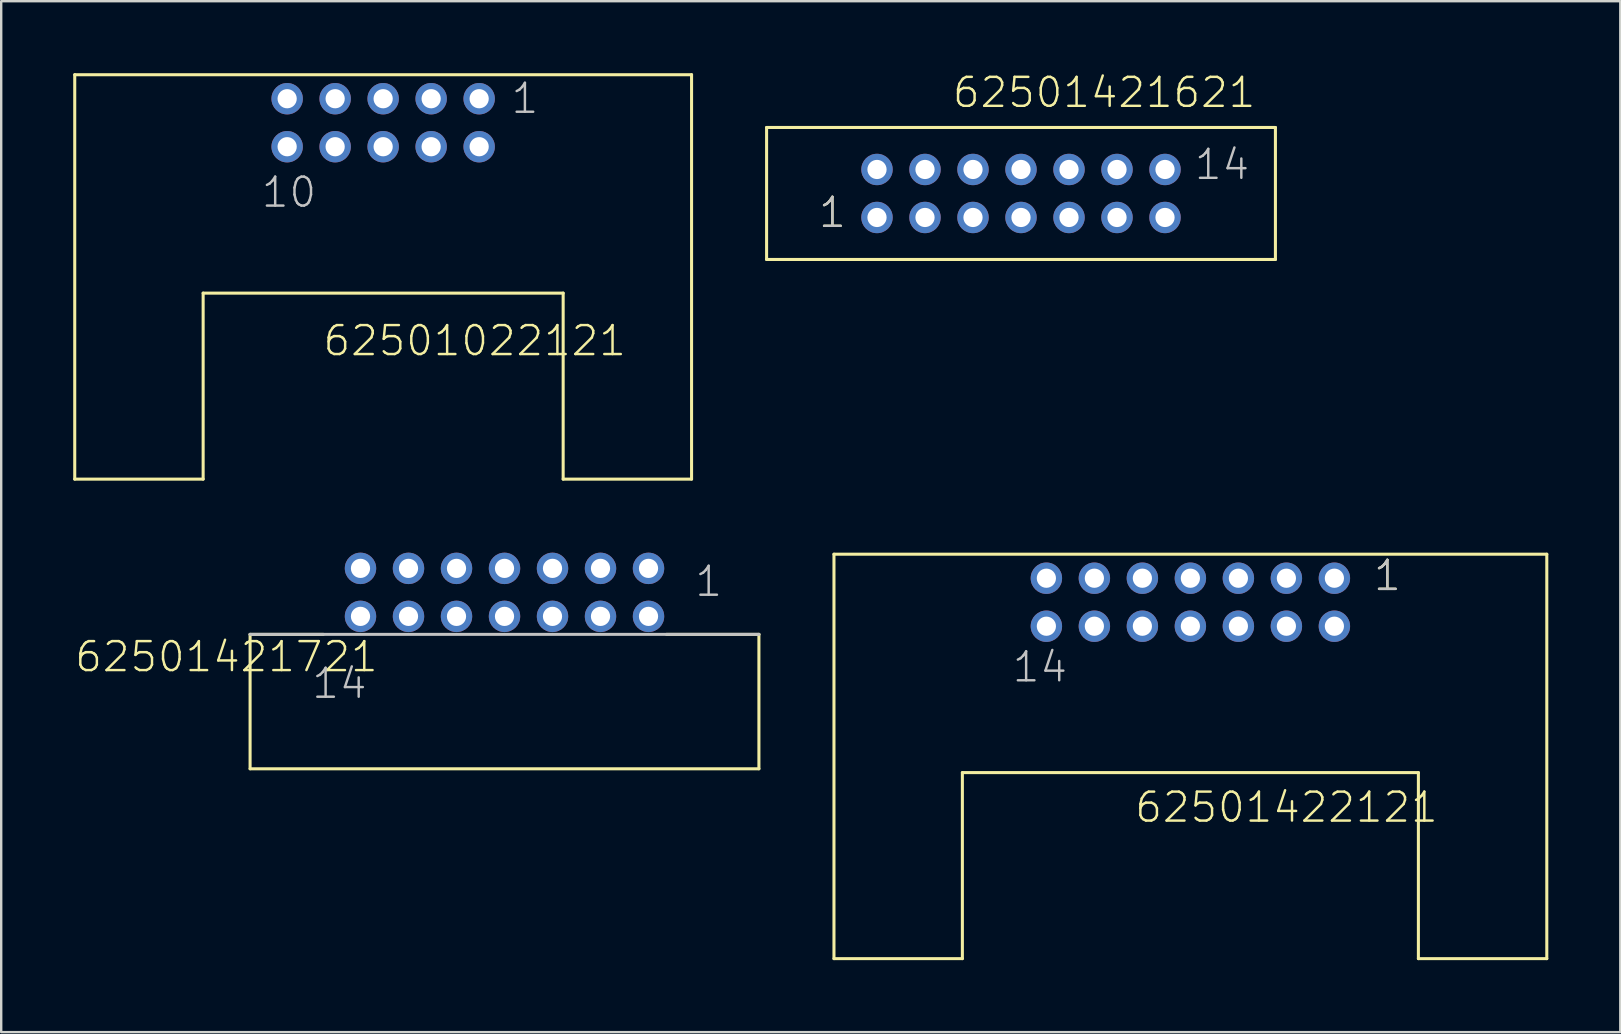
<source format=kicad_pcb>
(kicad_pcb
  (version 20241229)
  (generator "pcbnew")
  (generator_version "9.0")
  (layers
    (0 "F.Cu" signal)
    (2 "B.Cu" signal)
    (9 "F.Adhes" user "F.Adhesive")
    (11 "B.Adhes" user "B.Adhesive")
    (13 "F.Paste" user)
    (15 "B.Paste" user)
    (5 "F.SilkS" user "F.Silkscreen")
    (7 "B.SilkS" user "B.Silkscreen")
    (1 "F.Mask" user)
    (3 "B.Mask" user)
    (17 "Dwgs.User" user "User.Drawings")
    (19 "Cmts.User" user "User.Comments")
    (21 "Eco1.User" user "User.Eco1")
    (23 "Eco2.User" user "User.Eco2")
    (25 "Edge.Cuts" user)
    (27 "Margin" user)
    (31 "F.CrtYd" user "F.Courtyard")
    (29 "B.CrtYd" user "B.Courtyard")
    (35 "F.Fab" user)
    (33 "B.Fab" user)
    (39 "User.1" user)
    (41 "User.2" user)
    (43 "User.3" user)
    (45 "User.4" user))
  (footprint "62501422121"
    (layer "F.Cu")
    (at 46.547 22.041)
    (property "Reference" "62501422121" (at -2.38 9.25 0) (layer "F.SilkS") (effects (font (size 1.206 1.206) (thickness 0.102)) (justify left bottom)))
    (attr through_hole)
    (fp_line (start -14.85 -2) (end -14.85 14.85) (stroke (width 0.127) (type solid)) (layer "F.SilkS"))
    (fp_line (start -14.85 14.85) (end -9.5 14.85) (stroke (width 0.127) (type solid)) (layer "F.SilkS"))
    (fp_line (start -9.5 7.1) (end 9.5 7.1) (stroke (width 0.127) (type solid)) (layer "F.SilkS"))
    (fp_line (start -9.5 14.85) (end -9.5 7.1) (stroke (width 0.127) (type solid)) (layer "F.SilkS"))
    (fp_line (start 9.5 7.1) (end 9.5 14.85) (stroke (width 0.127) (type solid)) (layer "F.SilkS"))
    (fp_line (start 9.5 14.85) (end 14.85 14.85) (stroke (width 0.127) (type solid)) (layer "F.SilkS"))
    (fp_line (start 14.85 -2) (end -14.85 -2) (stroke (width 0.127) (type solid)) (layer "F.SilkS"))
    (fp_line (start 14.85 14.85) (end 14.85 -2) (stroke (width 0.127) (type solid)) (layer "F.SilkS"))
    (fp_text user "1" (at 7.565 -0.405 0) (layer "F.SilkS") (effects (font (size 1.206 1.206) (thickness 0.102)) (justify left bottom)))
    (fp_text user "14" (at -7.485 3.405 0) (layer "Dwgs.User") (effects (font (size 1.206 1.206) (thickness 0.102)) (justify left bottom)))
    (fp_text user "1" (at 7.565 -0.405 0) (layer "Dwgs.User") (effects (font (size 1.206 1.206) (thickness 0.102)) (justify left bottom)))
    (pad "1" thru_hole circle (at 6 -1) (size 1.308 1.308) (drill 0.8) (layers "*.Cu" "*.Mask"))
    (pad "2" thru_hole circle (at 6 1) (size 1.308 1.308) (drill 0.8) (layers "*.Cu" "*.Mask"))
    (pad "3" thru_hole circle (at 4 -1) (size 1.308 1.308) (drill 0.8) (layers "*.Cu" "*.Mask"))
    (pad "4" thru_hole circle (at 4 1) (size 1.308 1.308) (drill 0.8) (layers "*.Cu" "*.Mask"))
    (pad "5" thru_hole circle (at 2 -1) (size 1.308 1.308) (drill 0.8) (layers "*.Cu" "*.Mask"))
    (pad "6" thru_hole circle (at 2 1) (size 1.308 1.308) (drill 0.8) (layers "*.Cu" "*.Mask"))
    (pad "7" thru_hole circle (at 0 -1) (size 1.308 1.308) (drill 0.8) (layers "*.Cu" "*.Mask"))
    (pad "8" thru_hole circle (at 0 1) (size 1.308 1.308) (drill 0.8) (layers "*.Cu" "*.Mask"))
    (pad "9" thru_hole circle (at -2 -1) (size 1.308 1.308) (drill 0.8) (layers "*.Cu" "*.Mask"))
    (pad "10" thru_hole circle (at -2 1) (size 1.308 1.308) (drill 0.8) (layers "*.Cu" "*.Mask"))
    (pad "11" thru_hole circle (at -4 -1) (size 1.308 1.308) (drill 0.8) (layers "*.Cu" "*.Mask"))
    (pad "12" thru_hole circle (at -4 1) (size 1.308 1.308) (drill 0.8) (layers "*.Cu" "*.Mask"))
    (pad "13" thru_hole circle (at -6 -1) (size 1.308 1.308) (drill 0.8) (layers "*.Cu" "*.Mask"))
    (pad "14" thru_hole circle (at -6 1) (size 1.308 1.308) (drill 0.8) (layers "*.Cu" "*.Mask")))
  (footprint "62501421721"
    (layer "F.Cu")
    (at 17.97 22.631)
    (property "Reference" "62501421721" (at -17.97 2.39 0) (layer "F.SilkS") (effects (font (size 1.206 1.206) (thickness 0.102)) (justify left bottom)))
    (attr through_hole)
    (fp_line (start -10.6 0.75) (end -10.6 6.35) (stroke (width 0.127) (type solid)) (layer "F.SilkS"))
    (fp_line (start -10.6 6.35) (end 10.6 6.35) (stroke (width 0.127) (type solid)) (layer "F.SilkS"))
    (fp_line (start -7.55 0.75) (end -10.6 0.75) (stroke (width 0.127) (type solid)) (layer "F.SilkS"))
    (fp_line (start 6.75 0.75) (end 10.6 0.75) (stroke (width 0.127) (type solid)) (layer "F.SilkS"))
    (fp_line (start 10.6 6.35) (end 10.6 0.75) (stroke (width 0.127) (type solid)) (layer "F.SilkS"))
    (fp_line (start 10.6 0.75) (end -10.6 0.75) (stroke (width 0.127) (type solid)) (layer "Dwgs.User"))
    (fp_text user "14" (at -8.095 3.5 0) (layer "Dwgs.User") (effects (font (size 1.206 1.206) (thickness 0.102)) (justify left bottom)))
    (fp_text user "1" (at 7.865 -0.75 0) (layer "Dwgs.User") (effects (font (size 1.206 1.206) (thickness 0.102)) (justify left bottom)))
    (pad "1" thru_hole circle (at 6 -2 180) (size 1.308 1.308) (drill 0.8) (layers "*.Cu" "*.Mask"))
    (pad "2" thru_hole circle (at 6 0 180) (size 1.308 1.308) (drill 0.8) (layers "*.Cu" "*.Mask"))
    (pad "3" thru_hole circle (at 4 -2 180) (size 1.308 1.308) (drill 0.8) (layers "*.Cu" "*.Mask"))
    (pad "4" thru_hole circle (at 4 0 180) (size 1.308 1.308) (drill 0.8) (layers "*.Cu" "*.Mask"))
    (pad "5" thru_hole circle (at 2 -2 180) (size 1.308 1.308) (drill 0.8) (layers "*.Cu" "*.Mask"))
    (pad "6" thru_hole circle (at 2 0 180) (size 1.308 1.308) (drill 0.8) (layers "*.Cu" "*.Mask"))
    (pad "7" thru_hole circle (at 0 -2 180) (size 1.308 1.308) (drill 0.8) (layers "*.Cu" "*.Mask"))
    (pad "8" thru_hole circle (at 0 0 180) (size 1.308 1.308) (drill 0.8) (layers "*.Cu" "*.Mask"))
    (pad "9" thru_hole circle (at -2 -2 180) (size 1.308 1.308) (drill 0.8) (layers "*.Cu" "*.Mask"))
    (pad "10" thru_hole circle (at -2 0 180) (size 1.308 1.308) (drill 0.8) (layers "*.Cu" "*.Mask"))
    (pad "11" thru_hole circle (at -4 -2 180) (size 1.308 1.308) (drill 0.8) (layers "*.Cu" "*.Mask"))
    (pad "12" thru_hole circle (at -4 0 180) (size 1.308 1.308) (drill 0.8) (layers "*.Cu" "*.Mask"))
    (pad "13" thru_hole circle (at -6 -2 180) (size 1.308 1.308) (drill 0.8) (layers "*.Cu" "*.Mask"))
    (pad "14" thru_hole circle (at -6 0 180) (size 1.308 1.308) (drill 0.8) (layers "*.Cu" "*.Mask")))
  (footprint "62501022121"
    (layer "F.Cu")
    (at 12.914 2.063)
    (property "Reference" "62501022121" (at -2.57 9.79 0) (layer "F.SilkS") (effects (font (size 1.206 1.206) (thickness 0.102)) (justify left bottom)))
    (attr through_hole)
    (fp_line (start -12.85 -2) (end -12.85 14.85) (stroke (width 0.127) (type solid)) (layer "F.SilkS"))
    (fp_line (start -12.85 14.85) (end -7.5 14.85) (stroke (width 0.127) (type solid)) (layer "F.SilkS"))
    (fp_line (start -7.5 7.1) (end 7.5 7.1) (stroke (width 0.127) (type solid)) (layer "F.SilkS"))
    (fp_line (start -7.5 14.85) (end -7.5 7.1) (stroke (width 0.127) (type solid)) (layer "F.SilkS"))
    (fp_line (start 7.5 7.1) (end 7.5 14.85) (stroke (width 0.127) (type solid)) (layer "F.SilkS"))
    (fp_line (start 7.5 14.85) (end 12.85 14.85) (stroke (width 0.127) (type solid)) (layer "F.SilkS"))
    (fp_line (start 12.85 -2) (end -12.85 -2) (stroke (width 0.127) (type solid)) (layer "F.SilkS"))
    (fp_line (start 12.85 14.85) (end 12.85 -2) (stroke (width 0.127) (type solid)) (layer "F.SilkS"))
    (fp_text user "1" (at 5.265 -0.305 0) (layer "Dwgs.User") (effects (font (size 1.206 1.206) (thickness 0.102)) (justify left bottom)))
    (fp_text user "10" (at -5.14 3.605 0) (layer "Dwgs.User") (effects (font (size 1.206 1.206) (thickness 0.102)) (justify left bottom)))
    (pad "1" thru_hole circle (at 4 -1) (size 1.308 1.308) (drill 0.8) (layers "*.Cu" "*.Mask"))
    (pad "2" thru_hole circle (at 4 1) (size 1.308 1.308) (drill 0.8) (layers "*.Cu" "*.Mask"))
    (pad "3" thru_hole circle (at 2 -1) (size 1.308 1.308) (drill 0.8) (layers "*.Cu" "*.Mask"))
    (pad "4" thru_hole circle (at 2 1) (size 1.308 1.308) (drill 0.8) (layers "*.Cu" "*.Mask"))
    (pad "5" thru_hole circle (at 0 -1) (size 1.308 1.308) (drill 0.8) (layers "*.Cu" "*.Mask"))
    (pad "6" thru_hole circle (at 0 1) (size 1.308 1.308) (drill 0.8) (layers "*.Cu" "*.Mask"))
    (pad "7" thru_hole circle (at -2 -1) (size 1.308 1.308) (drill 0.8) (layers "*.Cu" "*.Mask"))
    (pad "8" thru_hole circle (at -2 1) (size 1.308 1.308) (drill 0.8) (layers "*.Cu" "*.Mask"))
    (pad "9" thru_hole circle (at -4 -1) (size 1.308 1.308) (drill 0.8) (layers "*.Cu" "*.Mask"))
    (pad "10" thru_hole circle (at -4 1) (size 1.308 1.308) (drill 0.8) (layers "*.Cu" "*.Mask")))
  (footprint "62501421621"
    (layer "F.Cu")
    (at 37.49 5.011)
    (property "Reference" "62501421621" (at -0.92 -3.5 0) (layer "F.SilkS") (effects (font (size 1.206 1.206) (thickness 0.102)) (justify left bottom)))
    (attr through_hole)
    (fp_line (start -8.6 -2.75) (end -8.6 2.75) (stroke (width 0.127) (type solid)) (layer "F.SilkS"))
    (fp_line (start -8.6 2.75) (end 12.6 2.75) (stroke (width 0.127) (type solid)) (layer "F.SilkS"))
    (fp_line (start 12.6 -2.75) (end -8.6 -2.75) (stroke (width 0.127) (type solid)) (layer "F.SilkS"))
    (fp_line (start 12.6 2.75) (end 12.6 -2.75) (stroke (width 0.127) (type solid)) (layer "F.SilkS"))
    (fp_text user "1" (at -6.5 1.5 0) (layer "F.SilkS") (effects (font (size 1.206 1.206) (thickness 0.102)) (justify left bottom)))
    (fp_text user "1" (at -6.5 1.5 0) (layer "Dwgs.User") (effects (font (size 1.206 1.206) (thickness 0.102)) (justify left bottom)))
    (fp_text user "14" (at 9.16 -0.5 0) (layer "Dwgs.User") (effects (font (size 1.206 1.206) (thickness 0.102)) (justify left bottom)))
    (pad "1" thru_hole circle (at -4 1) (size 1.308 1.308) (drill 0.8) (layers "*.Cu" "*.Mask"))
    (pad "2" thru_hole circle (at -4 -1) (size 1.308 1.308) (drill 0.8) (layers "*.Cu" "*.Mask"))
    (pad "3" thru_hole circle (at -2 1) (size 1.308 1.308) (drill 0.8) (layers "*.Cu" "*.Mask"))
    (pad "4" thru_hole circle (at -2 -1) (size 1.308 1.308) (drill 0.8) (layers "*.Cu" "*.Mask"))
    (pad "5" thru_hole circle (at 0 1) (size 1.308 1.308) (drill 0.8) (layers "*.Cu" "*.Mask"))
    (pad "6" thru_hole circle (at 0 -1) (size 1.308 1.308) (drill 0.8) (layers "*.Cu" "*.Mask"))
    (pad "7" thru_hole circle (at 2 1) (size 1.308 1.308) (drill 0.8) (layers "*.Cu" "*.Mask"))
    (pad "8" thru_hole circle (at 2 -1) (size 1.308 1.308) (drill 0.8) (layers "*.Cu" "*.Mask"))
    (pad "9" thru_hole circle (at 4 1) (size 1.308 1.308) (drill 0.8) (layers "*.Cu" "*.Mask"))
    (pad "10" thru_hole circle (at 4 -1) (size 1.308 1.308) (drill 0.8) (layers "*.Cu" "*.Mask"))
    (pad "11" thru_hole circle (at 6 1) (size 1.308 1.308) (drill 0.8) (layers "*.Cu" "*.Mask"))
    (pad "12" thru_hole circle (at 6 -1) (size 1.308 1.308) (drill 0.8) (layers "*.Cu" "*.Mask"))
    (pad "13" thru_hole circle (at 8 1) (size 1.308 1.308) (drill 0.8) (layers "*.Cu" "*.Mask"))
    (pad "14" thru_hole circle (at 8 -1) (size 1.308 1.308) (drill 0.8) (layers "*.Cu" "*.Mask")))
  (gr_rect
    (start -3 -3)
    (end 64.46 39.954)
    (stroke (width 0.1) (type default))
    (fill no)
    (layer "Edge.Cuts")))
</source>
